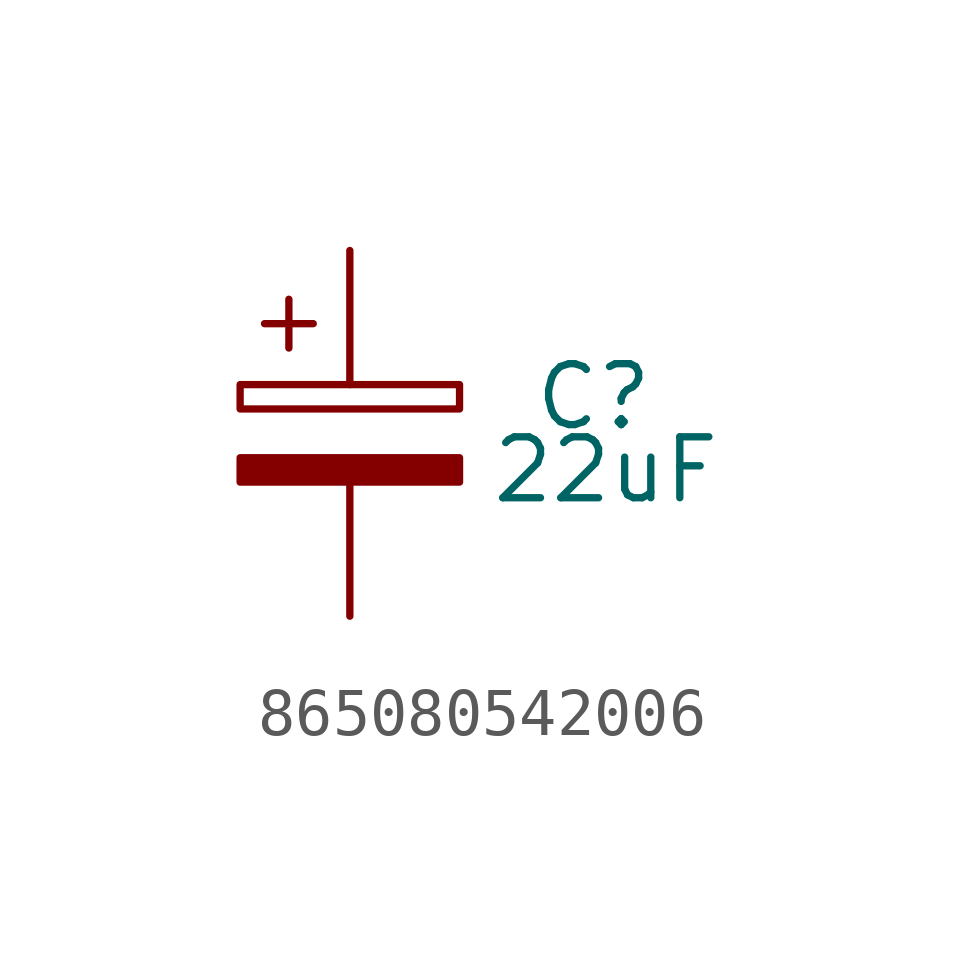
<source format=kicad_sym>
(kicad_symbol_lib
  (version 20241209)
  (generator "kicad_symbol_editor")
  (generator_version "9.0")
  (symbol "865080542006"
    (property "Reference" "C"
      (at 5.08 0.762 0)
      (effects (font (size 1.27 1.27))))
    (property "Value" "22uF"
      (at 5.334 -0.762 0)
      (effects (font (size 1.27 1.27))))
    (symbol "865080542006_0_1"
      (rectangle (start -2.286 0.508) (end 2.286 1.016) (stroke (width 0) (type default)) (fill (type none)))
      (polyline (pts (xy -1.778 2.286) (xy -0.762 2.286)) (stroke (width 0) (type default)) (fill (type none)))
      (polyline (pts (xy -1.27 2.794) (xy -1.27 1.778)) (stroke (width 0) (type default)) (fill (type none)))
      (rectangle (start 2.286 -0.508) (end -2.286 -1.016) (stroke (width 0) (type default)) (fill (type outline))))
    (symbol "865080542006_1_1"
      (pin passive line (at 0 3.81 270) (length 2.794) (name "~" (effects (font (size 1.27 1.27)))) (number "1" (effects (font (size 0 0)))))
      (pin passive line (at 0 -3.81 90) (length 2.794) (name "~" (effects (font (size 1.27 1.27)))) (number "2" (effects (font (size 0 0))))))))
</source>
